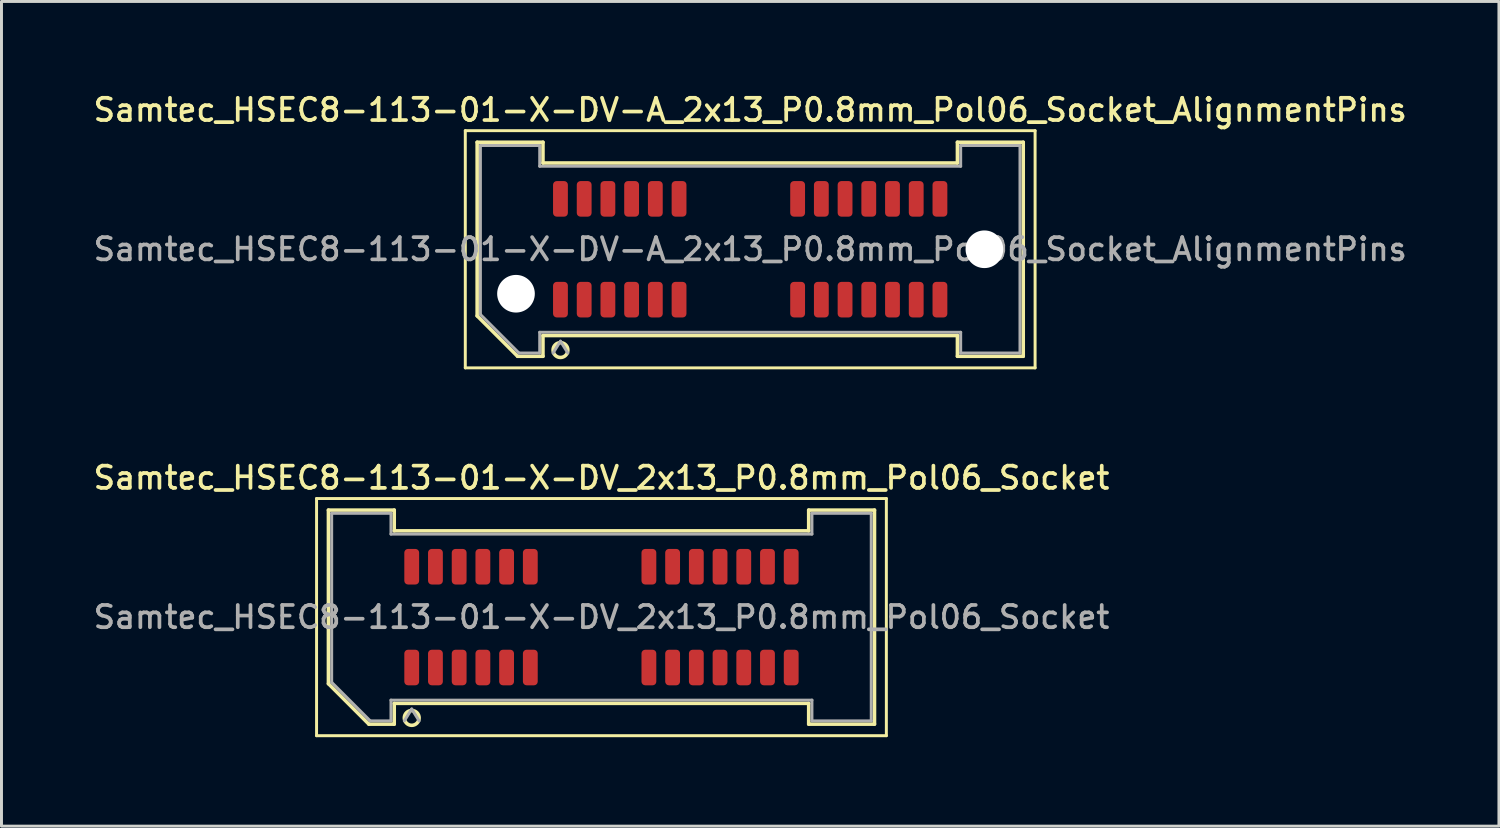
<source format=kicad_pcb>
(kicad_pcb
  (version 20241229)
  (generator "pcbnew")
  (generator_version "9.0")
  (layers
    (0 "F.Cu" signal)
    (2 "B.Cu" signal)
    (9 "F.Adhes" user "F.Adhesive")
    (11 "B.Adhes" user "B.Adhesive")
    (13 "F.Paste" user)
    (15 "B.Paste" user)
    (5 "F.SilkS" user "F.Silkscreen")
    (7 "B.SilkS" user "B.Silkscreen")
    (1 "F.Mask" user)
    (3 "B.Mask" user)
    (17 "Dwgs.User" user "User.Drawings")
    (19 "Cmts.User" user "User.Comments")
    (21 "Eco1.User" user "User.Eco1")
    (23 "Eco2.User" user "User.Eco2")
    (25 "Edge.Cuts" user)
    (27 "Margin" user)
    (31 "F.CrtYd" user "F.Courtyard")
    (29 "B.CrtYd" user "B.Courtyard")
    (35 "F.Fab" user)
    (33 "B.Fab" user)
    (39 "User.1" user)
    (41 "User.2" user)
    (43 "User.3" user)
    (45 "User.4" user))
  (footprint "Samtec_HSEC8-113-01-X-DV-A_2x13_P0.8mm_Pol06_Socket_AlignmentPins"
    (layer "F.Cu")
    (at 22.255 5.358)
    (property "Reference" "Samtec_HSEC8-113-01-X-DV-A_2x13_P0.8mm_Pol06_Socket_AlignmentPins" (at 0 -4.7 0) (layer "F.SilkS") (effects (font (size 0.75 0.75) (thickness 0.125))))
    (attr smd)
    (fp_line (start -9.61 -4) (end -9.61 4) (stroke (width 0.1) (type solid)) (layer "F.SilkS"))
    (fp_line (start -9.61 4) (end 9.61 4) (stroke (width 0.1) (type solid)) (layer "F.SilkS"))
    (fp_line (start -9.21 -3.61) (end -6.99 -3.61) (stroke (width 0.12) (type solid)) (layer "F.SilkS"))
    (fp_line (start -9.21 2.246) (end -9.21 -3.61) (stroke (width 0.12) (type solid)) (layer "F.SilkS"))
    (fp_line (start -7.846 3.61) (end -9.21 2.246) (stroke (width 0.12) (type solid)) (layer "F.SilkS"))
    (fp_line (start -6.99 -3.61) (end -6.99 -2.91) (stroke (width 0.12) (type solid)) (layer "F.SilkS"))
    (fp_line (start -6.99 -2.91) (end 6.99 -2.91) (stroke (width 0.12) (type solid)) (layer "F.SilkS"))
    (fp_line (start -6.99 2.91) (end -6.99 3.61) (stroke (width 0.12) (type solid)) (layer "F.SilkS"))
    (fp_line (start -6.99 3.61) (end -7.846 3.61) (stroke (width 0.12) (type solid)) (layer "F.SilkS"))
    (fp_line (start 6.99 -3.61) (end 9.21 -3.61) (stroke (width 0.12) (type solid)) (layer "F.SilkS"))
    (fp_line (start 6.99 -2.91) (end 6.99 -3.61) (stroke (width 0.12) (type solid)) (layer "F.SilkS"))
    (fp_line (start 6.99 2.91) (end -6.99 2.91) (stroke (width 0.12) (type solid)) (layer "F.SilkS"))
    (fp_line (start 6.99 3.61) (end 6.99 2.91) (stroke (width 0.12) (type solid)) (layer "F.SilkS"))
    (fp_line (start 9.21 -3.61) (end 9.21 3.61) (stroke (width 0.12) (type solid)) (layer "F.SilkS"))
    (fp_line (start 9.21 3.61) (end 6.99 3.61) (stroke (width 0.12) (type solid)) (layer "F.SilkS"))
    (fp_line (start 9.61 -4) (end -9.61 -4) (stroke (width 0.1) (type solid)) (layer "F.SilkS"))
    (fp_line (start 9.61 4) (end 9.61 -4) (stroke (width 0.1) (type solid)) (layer "F.SilkS"))
    (fp_arc (start -6.15 3.4) (mid -6.65 3.4) (end -6.15 3.4) (stroke (width 0.12) (type solid)) (layer "F.SilkS"))
    (fp_line (start -9.1 -3.5) (end -7.1 -3.5) (stroke (width 0.1) (type solid)) (layer "F.Fab"))
    (fp_line (start -9.1 2.2) (end -9.1 -3.5) (stroke (width 0.1) (type solid)) (layer "F.Fab"))
    (fp_line (start -7.8 3.5) (end -9.1 2.2) (stroke (width 0.1) (type solid)) (layer "F.Fab"))
    (fp_line (start -7.1 -3.5) (end -7.1 -2.8) (stroke (width 0.1) (type solid)) (layer "F.Fab"))
    (fp_line (start -7.1 -2.8) (end 7.1 -2.8) (stroke (width 0.1) (type solid)) (layer "F.Fab"))
    (fp_line (start -7.1 2.8) (end -7.1 3.5) (stroke (width 0.1) (type solid)) (layer "F.Fab"))
    (fp_line (start -7.1 3.5) (end -7.8 3.5) (stroke (width 0.1) (type solid)) (layer "F.Fab"))
    (fp_line (start -6.4 3.1) (end -6.65 3.5) (stroke (width 0.1) (type solid)) (layer "F.Fab"))
    (fp_line (start -6.4 3.1) (end -6.15 3.5) (stroke (width 0.1) (type solid)) (layer "F.Fab"))
    (fp_line (start 7.1 -3.5) (end 9.1 -3.5) (stroke (width 0.1) (type solid)) (layer "F.Fab"))
    (fp_line (start 7.1 -2.8) (end 7.1 -3.5) (stroke (width 0.1) (type solid)) (layer "F.Fab"))
    (fp_line (start 7.1 2.8) (end -7.1 2.8) (stroke (width 0.1) (type solid)) (layer "F.Fab"))
    (fp_line (start 7.1 3.5) (end 7.1 2.8) (stroke (width 0.1) (type solid)) (layer "F.Fab"))
    (fp_line (start 9.1 -3.5) (end 9.1 3.5) (stroke (width 0.1) (type solid)) (layer "F.Fab"))
    (fp_line (start 9.1 3.5) (end 7.1 3.5) (stroke (width 0.1) (type solid)) (layer "F.Fab"))
    (fp_text user "${REFERENCE}" (at 0 0 0) (layer "F.Fab") (effects (font (size 0.75 0.75) (thickness 0.125))))
    (pad "" np_thru_hole circle (at -7.9 1.5) (size 1.27 1.27) (drill 1.27) (layers "*.Cu" "*.Mask"))
    (pad "" np_thru_hole circle (at 7.9 0) (size 1.27 1.27) (drill 1.27) (layers "*.Cu" "*.Mask"))
    (pad "1" smd roundrect (at -6.4 1.7) (size 0.5 1.2) (layers "F.Cu" "F.Mask" "F.Paste") (roundrect_rratio 0.25))
    (pad "2" smd roundrect (at -6.4 -1.7) (size 0.5 1.2) (layers "F.Cu" "F.Mask" "F.Paste") (roundrect_rratio 0.25))
    (pad "3" smd roundrect (at -5.6 1.7) (size 0.5 1.2) (layers "F.Cu" "F.Mask" "F.Paste") (roundrect_rratio 0.25))
    (pad "4" smd roundrect (at -5.6 -1.7) (size 0.5 1.2) (layers "F.Cu" "F.Mask" "F.Paste") (roundrect_rratio 0.25))
    (pad "5" smd roundrect (at -4.8 1.7) (size 0.5 1.2) (layers "F.Cu" "F.Mask" "F.Paste") (roundrect_rratio 0.25))
    (pad "6" smd roundrect (at -4.8 -1.7) (size 0.5 1.2) (layers "F.Cu" "F.Mask" "F.Paste") (roundrect_rratio 0.25))
    (pad "7" smd roundrect (at -4 1.7) (size 0.5 1.2) (layers "F.Cu" "F.Mask" "F.Paste") (roundrect_rratio 0.25))
    (pad "8" smd roundrect (at -4 -1.7) (size 0.5 1.2) (layers "F.Cu" "F.Mask" "F.Paste") (roundrect_rratio 0.25))
    (pad "9" smd roundrect (at -3.2 1.7) (size 0.5 1.2) (layers "F.Cu" "F.Mask" "F.Paste") (roundrect_rratio 0.25))
    (pad "10" smd roundrect (at -3.2 -1.7) (size 0.5 1.2) (layers "F.Cu" "F.Mask" "F.Paste") (roundrect_rratio 0.25))
    (pad "11" smd roundrect (at -2.4 1.7) (size 0.5 1.2) (layers "F.Cu" "F.Mask" "F.Paste") (roundrect_rratio 0.25))
    (pad "12" smd roundrect (at -2.4 -1.7) (size 0.5 1.2) (layers "F.Cu" "F.Mask" "F.Paste") (roundrect_rratio 0.25))
    (pad "13" smd roundrect (at 1.6 1.7) (size 0.5 1.2) (layers "F.Cu" "F.Mask" "F.Paste") (roundrect_rratio 0.25))
    (pad "14" smd roundrect (at 1.6 -1.7) (size 0.5 1.2) (layers "F.Cu" "F.Mask" "F.Paste") (roundrect_rratio 0.25))
    (pad "15" smd roundrect (at 2.4 1.7) (size 0.5 1.2) (layers "F.Cu" "F.Mask" "F.Paste") (roundrect_rratio 0.25))
    (pad "16" smd roundrect (at 2.4 -1.7) (size 0.5 1.2) (layers "F.Cu" "F.Mask" "F.Paste") (roundrect_rratio 0.25))
    (pad "17" smd roundrect (at 3.2 1.7) (size 0.5 1.2) (layers "F.Cu" "F.Mask" "F.Paste") (roundrect_rratio 0.25))
    (pad "18" smd roundrect (at 3.2 -1.7) (size 0.5 1.2) (layers "F.Cu" "F.Mask" "F.Paste") (roundrect_rratio 0.25))
    (pad "19" smd roundrect (at 4 1.7) (size 0.5 1.2) (layers "F.Cu" "F.Mask" "F.Paste") (roundrect_rratio 0.25))
    (pad "20" smd roundrect (at 4 -1.7) (size 0.5 1.2) (layers "F.Cu" "F.Mask" "F.Paste") (roundrect_rratio 0.25))
    (pad "21" smd roundrect (at 4.8 1.7) (size 0.5 1.2) (layers "F.Cu" "F.Mask" "F.Paste") (roundrect_rratio 0.25))
    (pad "22" smd roundrect (at 4.8 -1.7) (size 0.5 1.2) (layers "F.Cu" "F.Mask" "F.Paste") (roundrect_rratio 0.25))
    (pad "23" smd roundrect (at 5.6 1.7) (size 0.5 1.2) (layers "F.Cu" "F.Mask" "F.Paste") (roundrect_rratio 0.25))
    (pad "24" smd roundrect (at 5.6 -1.7) (size 0.5 1.2) (layers "F.Cu" "F.Mask" "F.Paste") (roundrect_rratio 0.25))
    (pad "25" smd roundrect (at 6.4 1.7) (size 0.5 1.2) (layers "F.Cu" "F.Mask" "F.Paste") (roundrect_rratio 0.25))
    (pad "26" smd roundrect (at 6.4 -1.7) (size 0.5 1.2) (layers "F.Cu" "F.Mask" "F.Paste") (roundrect_rratio 0.25)))
  (footprint "Samtec_HSEC8-113-01-X-DV_2x13_P0.8mm_Pol06_Socket"
    (layer "F.Cu")
    (at 17.238 17.766)
    (property "Reference" "Samtec_HSEC8-113-01-X-DV_2x13_P0.8mm_Pol06_Socket" (at 0 -4.7 0) (layer "F.SilkS") (effects (font (size 0.75 0.75) (thickness 0.125))))
    (attr smd)
    (fp_line (start -9.61 -4) (end -9.61 4) (stroke (width 0.1) (type solid)) (layer "F.SilkS"))
    (fp_line (start -9.61 4) (end 9.61 4) (stroke (width 0.1) (type solid)) (layer "F.SilkS"))
    (fp_line (start -9.21 -3.61) (end -6.99 -3.61) (stroke (width 0.12) (type solid)) (layer "F.SilkS"))
    (fp_line (start -9.21 2.246) (end -9.21 -3.61) (stroke (width 0.12) (type solid)) (layer "F.SilkS"))
    (fp_line (start -7.846 3.61) (end -9.21 2.246) (stroke (width 0.12) (type solid)) (layer "F.SilkS"))
    (fp_line (start -6.99 -3.61) (end -6.99 -2.91) (stroke (width 0.12) (type solid)) (layer "F.SilkS"))
    (fp_line (start -6.99 -2.91) (end 6.99 -2.91) (stroke (width 0.12) (type solid)) (layer "F.SilkS"))
    (fp_line (start -6.99 2.91) (end -6.99 3.61) (stroke (width 0.12) (type solid)) (layer "F.SilkS"))
    (fp_line (start -6.99 3.61) (end -7.846 3.61) (stroke (width 0.12) (type solid)) (layer "F.SilkS"))
    (fp_line (start 6.99 -3.61) (end 9.21 -3.61) (stroke (width 0.12) (type solid)) (layer "F.SilkS"))
    (fp_line (start 6.99 -2.91) (end 6.99 -3.61) (stroke (width 0.12) (type solid)) (layer "F.SilkS"))
    (fp_line (start 6.99 2.91) (end -6.99 2.91) (stroke (width 0.12) (type solid)) (layer "F.SilkS"))
    (fp_line (start 6.99 3.61) (end 6.99 2.91) (stroke (width 0.12) (type solid)) (layer "F.SilkS"))
    (fp_line (start 9.21 -3.61) (end 9.21 3.61) (stroke (width 0.12) (type solid)) (layer "F.SilkS"))
    (fp_line (start 9.21 3.61) (end 6.99 3.61) (stroke (width 0.12) (type solid)) (layer "F.SilkS"))
    (fp_line (start 9.61 -4) (end -9.61 -4) (stroke (width 0.1) (type solid)) (layer "F.SilkS"))
    (fp_line (start 9.61 4) (end 9.61 -4) (stroke (width 0.1) (type solid)) (layer "F.SilkS"))
    (fp_arc (start -6.15 3.4) (mid -6.65 3.4) (end -6.15 3.4) (stroke (width 0.12) (type solid)) (layer "F.SilkS"))
    (fp_line (start -9.1 -3.5) (end -7.1 -3.5) (stroke (width 0.1) (type solid)) (layer "F.Fab"))
    (fp_line (start -9.1 2.2) (end -9.1 -3.5) (stroke (width 0.1) (type solid)) (layer "F.Fab"))
    (fp_line (start -7.8 3.5) (end -9.1 2.2) (stroke (width 0.1) (type solid)) (layer "F.Fab"))
    (fp_line (start -7.1 -3.5) (end -7.1 -2.8) (stroke (width 0.1) (type solid)) (layer "F.Fab"))
    (fp_line (start -7.1 -2.8) (end 7.1 -2.8) (stroke (width 0.1) (type solid)) (layer "F.Fab"))
    (fp_line (start -7.1 2.8) (end -7.1 3.5) (stroke (width 0.1) (type solid)) (layer "F.Fab"))
    (fp_line (start -7.1 3.5) (end -7.8 3.5) (stroke (width 0.1) (type solid)) (layer "F.Fab"))
    (fp_line (start -6.4 3.1) (end -6.65 3.5) (stroke (width 0.1) (type solid)) (layer "F.Fab"))
    (fp_line (start -6.4 3.1) (end -6.15 3.5) (stroke (width 0.1) (type solid)) (layer "F.Fab"))
    (fp_line (start 7.1 -3.5) (end 9.1 -3.5) (stroke (width 0.1) (type solid)) (layer "F.Fab"))
    (fp_line (start 7.1 -2.8) (end 7.1 -3.5) (stroke (width 0.1) (type solid)) (layer "F.Fab"))
    (fp_line (start 7.1 2.8) (end -7.1 2.8) (stroke (width 0.1) (type solid)) (layer "F.Fab"))
    (fp_line (start 7.1 3.5) (end 7.1 2.8) (stroke (width 0.1) (type solid)) (layer "F.Fab"))
    (fp_line (start 9.1 -3.5) (end 9.1 3.5) (stroke (width 0.1) (type solid)) (layer "F.Fab"))
    (fp_line (start 9.1 3.5) (end 7.1 3.5) (stroke (width 0.1) (type solid)) (layer "F.Fab"))
    (fp_text user "${REFERENCE}" (at 0 0 0) (layer "F.Fab") (effects (font (size 0.75 0.75) (thickness 0.125))))
    (pad "1" smd roundrect (at -6.4 1.7) (size 0.5 1.2) (layers "F.Cu" "F.Mask" "F.Paste") (roundrect_rratio 0.25))
    (pad "2" smd roundrect (at -6.4 -1.7) (size 0.5 1.2) (layers "F.Cu" "F.Mask" "F.Paste") (roundrect_rratio 0.25))
    (pad "3" smd roundrect (at -5.6 1.7) (size 0.5 1.2) (layers "F.Cu" "F.Mask" "F.Paste") (roundrect_rratio 0.25))
    (pad "4" smd roundrect (at -5.6 -1.7) (size 0.5 1.2) (layers "F.Cu" "F.Mask" "F.Paste") (roundrect_rratio 0.25))
    (pad "5" smd roundrect (at -4.8 1.7) (size 0.5 1.2) (layers "F.Cu" "F.Mask" "F.Paste") (roundrect_rratio 0.25))
    (pad "6" smd roundrect (at -4.8 -1.7) (size 0.5 1.2) (layers "F.Cu" "F.Mask" "F.Paste") (roundrect_rratio 0.25))
    (pad "7" smd roundrect (at -4 1.7) (size 0.5 1.2) (layers "F.Cu" "F.Mask" "F.Paste") (roundrect_rratio 0.25))
    (pad "8" smd roundrect (at -4 -1.7) (size 0.5 1.2) (layers "F.Cu" "F.Mask" "F.Paste") (roundrect_rratio 0.25))
    (pad "9" smd roundrect (at -3.2 1.7) (size 0.5 1.2) (layers "F.Cu" "F.Mask" "F.Paste") (roundrect_rratio 0.25))
    (pad "10" smd roundrect (at -3.2 -1.7) (size 0.5 1.2) (layers "F.Cu" "F.Mask" "F.Paste") (roundrect_rratio 0.25))
    (pad "11" smd roundrect (at -2.4 1.7) (size 0.5 1.2) (layers "F.Cu" "F.Mask" "F.Paste") (roundrect_rratio 0.25))
    (pad "12" smd roundrect (at -2.4 -1.7) (size 0.5 1.2) (layers "F.Cu" "F.Mask" "F.Paste") (roundrect_rratio 0.25))
    (pad "13" smd roundrect (at 1.6 1.7) (size 0.5 1.2) (layers "F.Cu" "F.Mask" "F.Paste") (roundrect_rratio 0.25))
    (pad "14" smd roundrect (at 1.6 -1.7) (size 0.5 1.2) (layers "F.Cu" "F.Mask" "F.Paste") (roundrect_rratio 0.25))
    (pad "15" smd roundrect (at 2.4 1.7) (size 0.5 1.2) (layers "F.Cu" "F.Mask" "F.Paste") (roundrect_rratio 0.25))
    (pad "16" smd roundrect (at 2.4 -1.7) (size 0.5 1.2) (layers "F.Cu" "F.Mask" "F.Paste") (roundrect_rratio 0.25))
    (pad "17" smd roundrect (at 3.2 1.7) (size 0.5 1.2) (layers "F.Cu" "F.Mask" "F.Paste") (roundrect_rratio 0.25))
    (pad "18" smd roundrect (at 3.2 -1.7) (size 0.5 1.2) (layers "F.Cu" "F.Mask" "F.Paste") (roundrect_rratio 0.25))
    (pad "19" smd roundrect (at 4 1.7) (size 0.5 1.2) (layers "F.Cu" "F.Mask" "F.Paste") (roundrect_rratio 0.25))
    (pad "20" smd roundrect (at 4 -1.7) (size 0.5 1.2) (layers "F.Cu" "F.Mask" "F.Paste") (roundrect_rratio 0.25))
    (pad "21" smd roundrect (at 4.8 1.7) (size 0.5 1.2) (layers "F.Cu" "F.Mask" "F.Paste") (roundrect_rratio 0.25))
    (pad "22" smd roundrect (at 4.8 -1.7) (size 0.5 1.2) (layers "F.Cu" "F.Mask" "F.Paste") (roundrect_rratio 0.25))
    (pad "23" smd roundrect (at 5.6 1.7) (size 0.5 1.2) (layers "F.Cu" "F.Mask" "F.Paste") (roundrect_rratio 0.25))
    (pad "24" smd roundrect (at 5.6 -1.7) (size 0.5 1.2) (layers "F.Cu" "F.Mask" "F.Paste") (roundrect_rratio 0.25))
    (pad "25" smd roundrect (at 6.4 1.7) (size 0.5 1.2) (layers "F.Cu" "F.Mask" "F.Paste") (roundrect_rratio 0.25))
    (pad "26" smd roundrect (at 6.4 -1.7) (size 0.5 1.2) (layers "F.Cu" "F.Mask" "F.Paste") (roundrect_rratio 0.25)))
  (gr_rect
    (start -3 -3)
    (end 47.511 24.816)
    (stroke (width 0.1) (type default))
    (fill no)
    (layer "Edge.Cuts")))
</source>
